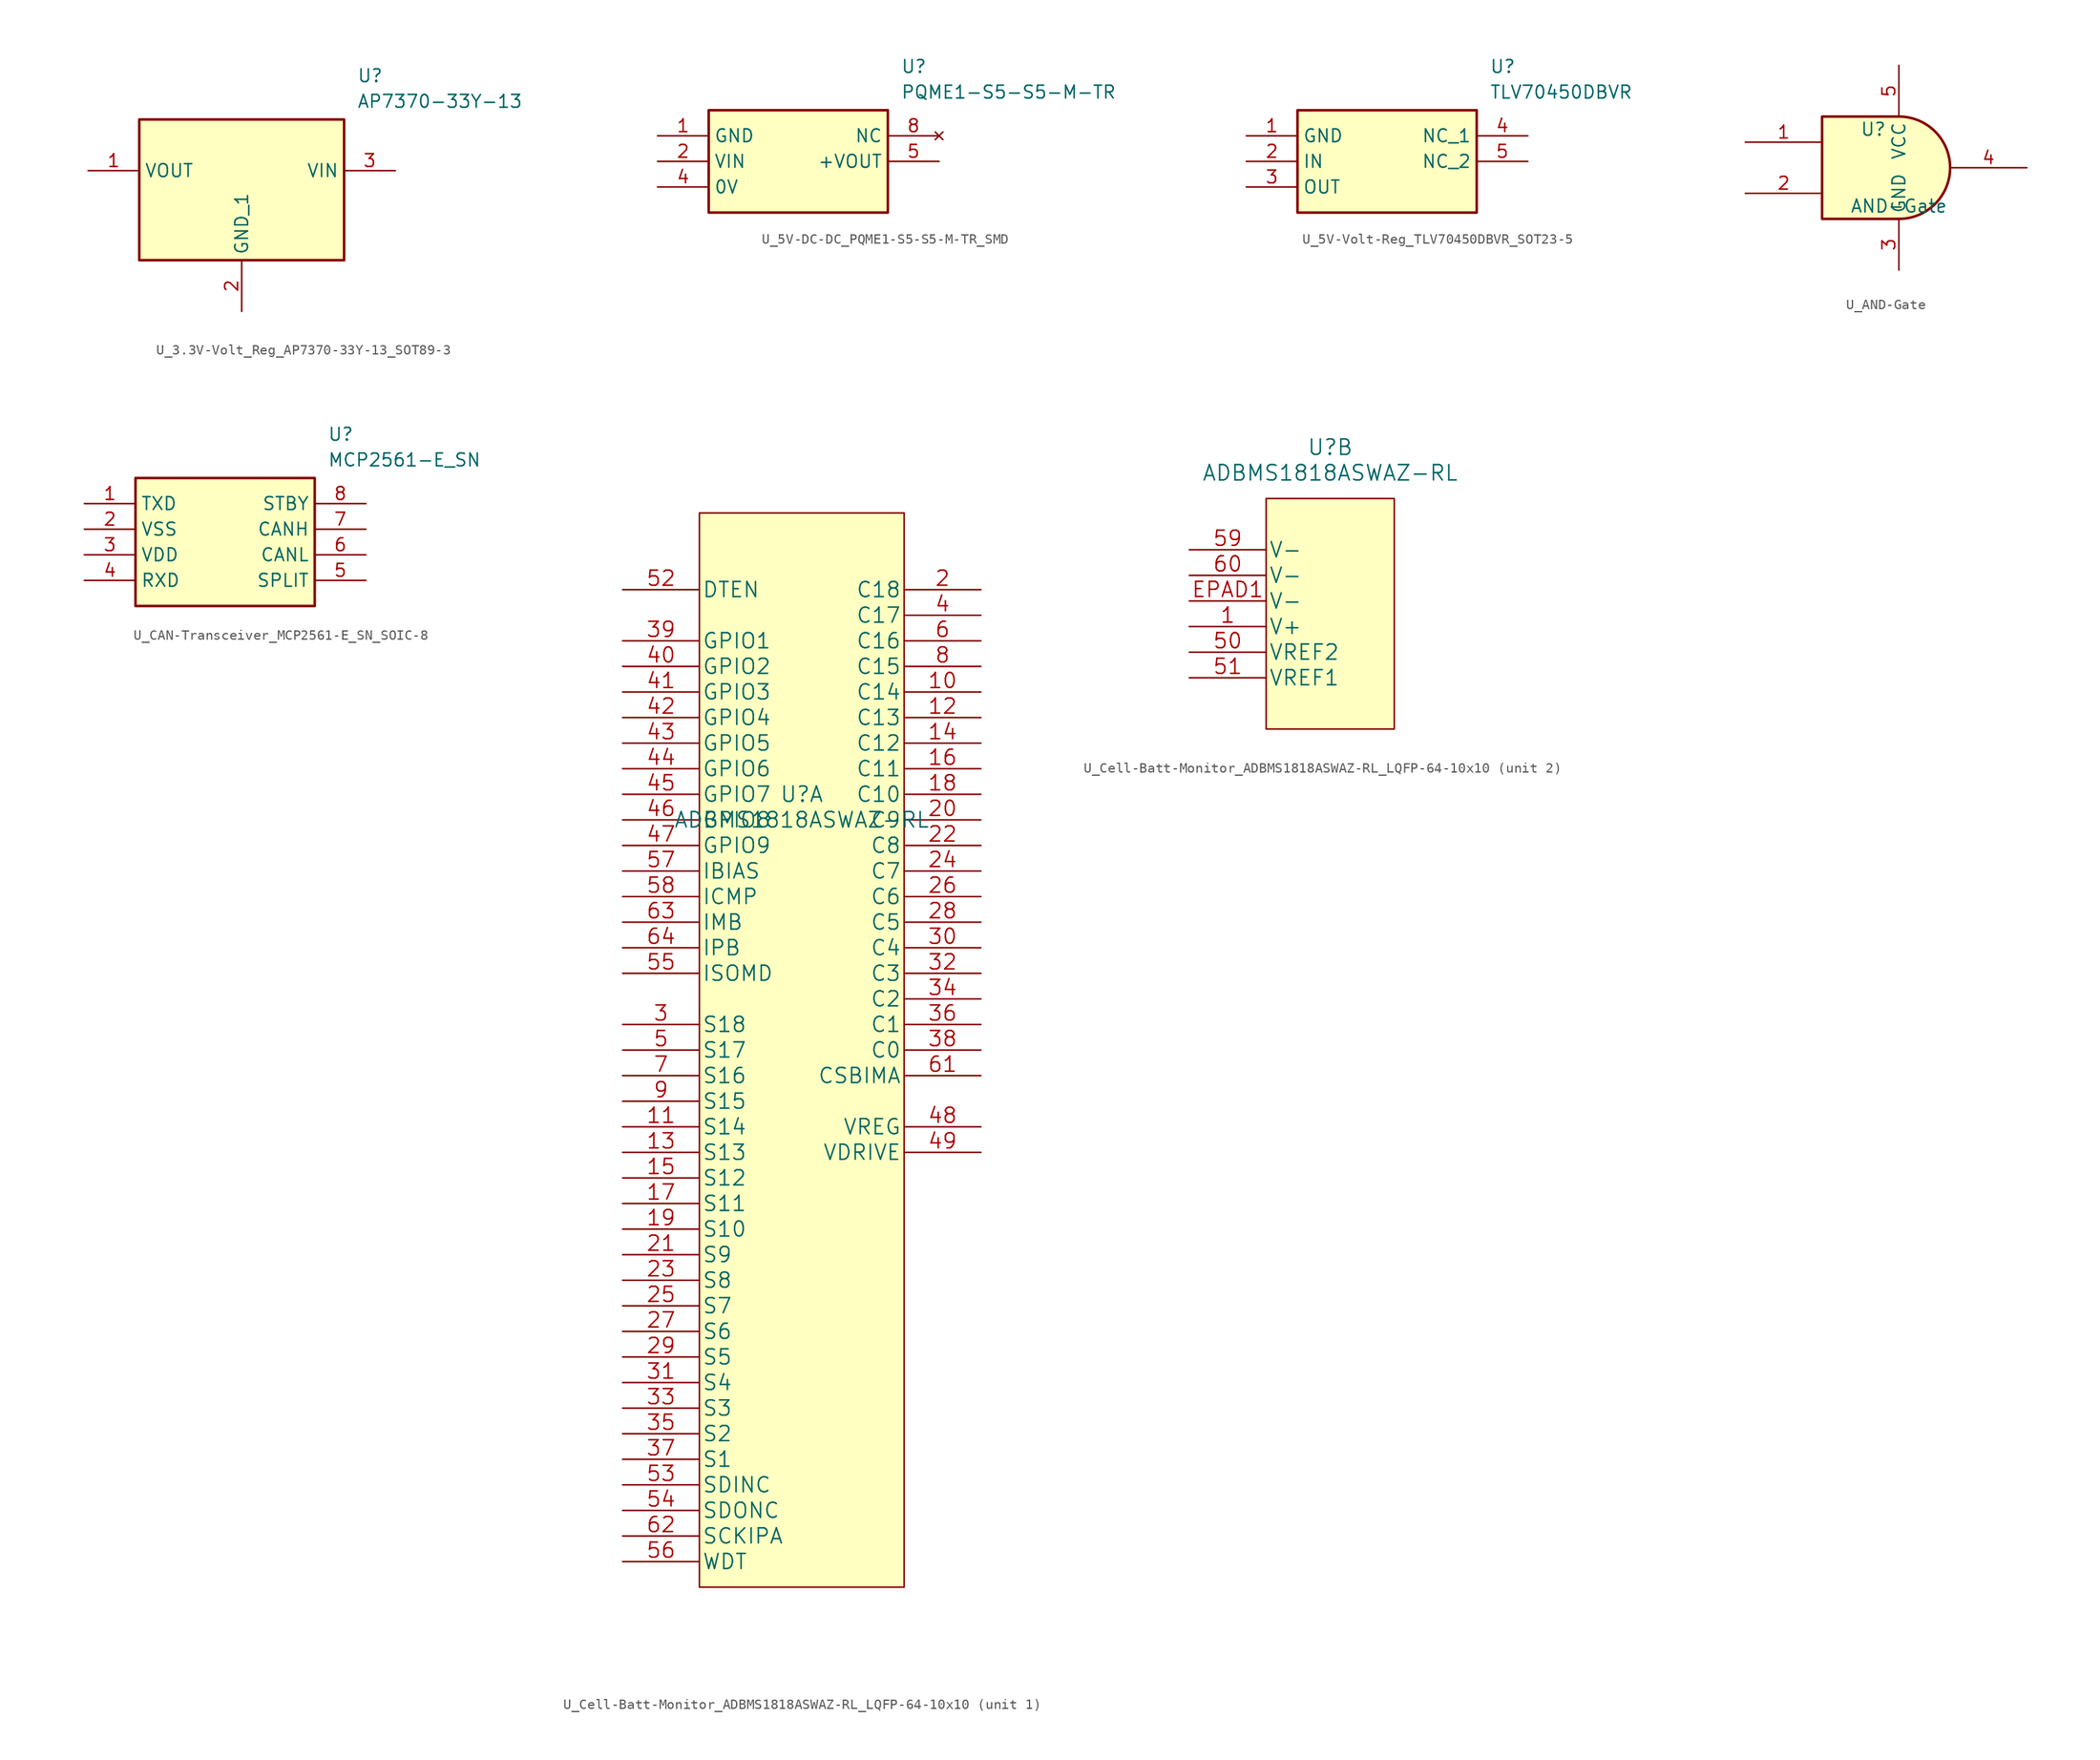
<source format=kicad_sym>
(kicad_symbol_lib
  (version 20241209)
  (generator symbol2library)
  (symbol "U_3.3V-Volt_Reg_AP7370-33Y-13_SOT89-3"
    (property "Reference" "U"
      (at 11.43 12.7 0)
      (effects (font (size 1.27 1.27)) (justify left top)))
    (property "Value" "AP7370-33Y-13"
      (at 11.43 10.16 0)
      (effects (font (size 1.27 1.27)) (justify left top)))
    (symbol "U_3.3V-Volt_Reg_AP7370-33Y-13_SOT89-3_1_1"
      (rectangle (start -10.16 7.62) (end 10.16 -6.35) (stroke (width 0.254) (type default)) (fill (type background)))
      (pin passive line (at -15.24 2.54 0) (length 5.08) (name "VOUT" (effects (font (size 1.27 1.27)))) (number "1" (effects (font (size 1.27 1.27)))))
      (pin passive line (at 0 -11.43 90) (length 5.08) (name "GND_1" (effects (font (size 1.27 1.27)))) (number "2" (effects (font (size 1.27 1.27)))))
      (pin passive line (at 15.24 2.54 180) (length 5.08) (name "VIN" (effects (font (size 1.27 1.27)))) (number "3" (effects (font (size 1.27 1.27)))))))
  (symbol "U_5V-DC-DC_PQME1-S5-S5-M-TR_SMD"
    (property "Reference" "U"
      (at 10.16 10.16 0)
      (effects (font (size 1.27 1.27)) (justify left top)))
    (property "Value" "PQME1-S5-S5-M-TR"
      (at 10.16 7.62 0)
      (effects (font (size 1.27 1.27)) (justify left top)))
    (symbol "U_5V-DC-DC_PQME1-S5-S5-M-TR_SMD_1_1"
      (rectangle (start -8.89 5.08) (end 8.89 -5.08) (stroke (width 0.254) (type default)) (fill (type background)))
      (pin passive line (at -13.97 2.54 0) (length 5.08) (name "GND" (effects (font (size 1.27 1.27)))) (number "1" (effects (font (size 1.27 1.27)))))
      (pin passive line (at -13.97 0 0) (length 5.08) (name "VIN" (effects (font (size 1.27 1.27)))) (number "2" (effects (font (size 1.27 1.27)))))
      (pin passive line (at -13.97 -2.54 0) (length 5.08) (name "0V" (effects (font (size 1.27 1.27)))) (number "4" (effects (font (size 1.27 1.27)))))
      (pin no_connect line (at 13.97 2.54 180) (length 5.08) (name "NC" (effects (font (size 1.27 1.27)))) (number "8" (effects (font (size 1.27 1.27)))))
      (pin passive line (at 13.97 0 180) (length 5.08) (name "+VOUT" (effects (font (size 1.27 1.27)))) (number "5" (effects (font (size 1.27 1.27)))))))
  (symbol "U_5V-Volt-Reg_TLV70450DBVR_SOT23-5"
    (property "Reference" "U"
      (at 10.16 10.16 0)
      (effects (font (size 1.27 1.27)) (justify left top)))
    (property "Value" "TLV70450DBVR"
      (at 10.16 7.62 0)
      (effects (font (size 1.27 1.27)) (justify left top)))
    (symbol "U_5V-Volt-Reg_TLV70450DBVR_SOT23-5_1_1"
      (rectangle (start -8.89 5.08) (end 8.89 -5.08) (stroke (width 0.254) (type default)) (fill (type background)))
      (pin power_in line (at -13.97 2.54 0) (length 5.08) (name "GND" (effects (font (size 1.27 1.27)))) (number "1" (effects (font (size 1.27 1.27)))))
      (pin power_in line (at -13.97 0 0) (length 5.08) (name "IN" (effects (font (size 1.27 1.27)))) (number "2" (effects (font (size 1.27 1.27)))))
      (pin output line (at -13.97 -2.54 0) (length 5.08) (name "OUT" (effects (font (size 1.27 1.27)))) (number "3" (effects (font (size 1.27 1.27)))))
      (pin passive line (at 13.97 2.54 180) (length 5.08) (name "NC_1" (effects (font (size 1.27 1.27)))) (number "4" (effects (font (size 1.27 1.27)))))
      (pin passive line (at 13.97 0 180) (length 5.08) (name "NC_2" (effects (font (size 1.27 1.27)))) (number "5" (effects (font (size 1.27 1.27)))))))
  (symbol "U_AND-Gate"
    (property "Reference" "U"
      (at -2.54 3.81 0)
      (effects (font (size 1.27 1.27))))
    (property "Value" "AND-Gate"
      (at 0 -3.81 0)
      (effects (font (size 1.27 1.27))))
    (symbol "U_AND-Gate_0_1"
      (arc (start 0 5.08) (mid 5.0579 0) (end 0 -5.08) (stroke (width 0.254) (type default)) (fill (type background)))
      (polyline (pts (xy 0 -5.08) (xy -7.62 -5.08) (xy -7.62 5.08) (xy 0 5.08)) (stroke (width 0.254) (type default)) (fill (type background))))
    (symbol "U_AND-Gate_1_1"
      (pin input line (at -15.24 2.54 0) (length 7.62) (name "~" (effects (font (size 1.27 1.27)))) (number "1" (effects (font (size 1.27 1.27)))))
      (pin input line (at -15.24 -2.54 0) (length 7.62) (name "~" (effects (font (size 1.27 1.27)))) (number "2" (effects (font (size 1.27 1.27)))))
      (pin power_in line (at 0 10.16 270) (length 5.08) (name "VCC" (effects (font (size 1.27 1.27)))) (number "5" (effects (font (size 1.27 1.27)))))
      (pin power_in line (at 0 -10.16 90) (length 5.08) (name "GND" (effects (font (size 1.27 1.27)))) (number "3" (effects (font (size 1.27 1.27)))))
      (pin output line (at 12.7 0 180) (length 7.62) (name "~" (effects (font (size 1.27 1.27)))) (number "4" (effects (font (size 1.27 1.27)))))))
  (symbol "U_CAN-Transceiver_MCP2561-E_SN_SOIC-8"
    (property "Reference" "U"
      (at 10.16 11.43 0)
      (effects (font (size 1.27 1.27)) (justify left top)))
    (property "Value" "MCP2561-E_SN"
      (at 10.16 8.89 0)
      (effects (font (size 1.27 1.27)) (justify left top)))
    (symbol "U_CAN-Transceiver_MCP2561-E_SN_SOIC-8_1_1"
      (rectangle (start -8.89 6.35) (end 8.89 -6.35) (stroke (width 0.254) (type default)) (fill (type background)))
      (pin passive line (at -13.97 3.81 0) (length 5.08) (name "TXD" (effects (font (size 1.27 1.27)))) (number "1" (effects (font (size 1.27 1.27)))))
      (pin passive line (at -13.97 1.27 0) (length 5.08) (name "VSS" (effects (font (size 1.27 1.27)))) (number "2" (effects (font (size 1.27 1.27)))))
      (pin passive line (at -13.97 -1.27 0) (length 5.08) (name "VDD" (effects (font (size 1.27 1.27)))) (number "3" (effects (font (size 1.27 1.27)))))
      (pin passive line (at -13.97 -3.81 0) (length 5.08) (name "RXD" (effects (font (size 1.27 1.27)))) (number "4" (effects (font (size 1.27 1.27)))))
      (pin passive line (at 13.97 3.81 180) (length 5.08) (name "STBY" (effects (font (size 1.27 1.27)))) (number "8" (effects (font (size 1.27 1.27)))))
      (pin passive line (at 13.97 1.27 180) (length 5.08) (name "CANH" (effects (font (size 1.27 1.27)))) (number "7" (effects (font (size 1.27 1.27)))))
      (pin passive line (at 13.97 -1.27 180) (length 5.08) (name "CANL" (effects (font (size 1.27 1.27)))) (number "6" (effects (font (size 1.27 1.27)))))
      (pin passive line (at 13.97 -3.81 180) (length 5.08) (name "SPLIT" (effects (font (size 1.27 1.27)))) (number "5" (effects (font (size 1.27 1.27)))))))
  (symbol "U_Cell-Batt-Monitor_ADBMS1818ASWAZ-RL_LQFP-64-10x10"
    (pin_names
      (offset 0.254))
    (property "Reference" "U"
      (at 0 15.24 0)
      (effects (font (size 1.524 1.524))))
    (property "Value" "ADBMS1818ASWAZ-RL"
      (at 0 12.7 0)
      (effects (font (size 1.524 1.524))))
    (property "ki_locked" ""
      (at 0 0 0)
      (effects (font (size 1.27 1.27))))
    (symbol "U_Cell-Batt-Monitor_ADBMS1818ASWAZ-RL_LQFP-64-10x10_1_1"
      (rectangle (start -10.16 43.18) (end 10.16 -63.5) (stroke (width 0) (type default)) (fill (type background)))
      (pin unspecified line (at -17.78 35.56 0) (length 7.62) (name "DTEN" (effects (font (size 1.499 1.499)))) (number "52" (effects (font (size 1.499 1.499)))))
      (pin unspecified line (at -17.78 30.48 0) (length 7.62) (name "GPIO1" (effects (font (size 1.499 1.499)))) (number "39" (effects (font (size 1.499 1.499)))))
      (pin unspecified line (at -17.78 27.94 0) (length 7.62) (name "GPIO2" (effects (font (size 1.499 1.499)))) (number "40" (effects (font (size 1.499 1.499)))))
      (pin unspecified line (at -17.78 25.4 0) (length 7.62) (name "GPIO3" (effects (font (size 1.499 1.499)))) (number "41" (effects (font (size 1.499 1.499)))))
      (pin unspecified line (at -17.78 22.86 0) (length 7.62) (name "GPIO4" (effects (font (size 1.499 1.499)))) (number "42" (effects (font (size 1.499 1.499)))))
      (pin unspecified line (at -17.78 20.32 0) (length 7.62) (name "GPIO5" (effects (font (size 1.499 1.499)))) (number "43" (effects (font (size 1.499 1.499)))))
      (pin unspecified line (at -17.78 17.78 0) (length 7.62) (name "GPIO6" (effects (font (size 1.499 1.499)))) (number "44" (effects (font (size 1.499 1.499)))))
      (pin unspecified line (at -17.78 15.24 0) (length 7.62) (name "GPIO7" (effects (font (size 1.499 1.499)))) (number "45" (effects (font (size 1.499 1.499)))))
      (pin unspecified line (at -17.78 12.7 0) (length 7.62) (name "GPIO8" (effects (font (size 1.499 1.499)))) (number "46" (effects (font (size 1.499 1.499)))))
      (pin unspecified line (at -17.78 10.16 0) (length 7.62) (name "GPIO9" (effects (font (size 1.499 1.499)))) (number "47" (effects (font (size 1.499 1.499)))))
      (pin unspecified line (at -17.78 7.62 0) (length 7.62) (name "IBIAS" (effects (font (size 1.499 1.499)))) (number "57" (effects (font (size 1.499 1.499)))))
      (pin unspecified line (at -17.78 5.08 0) (length 7.62) (name "ICMP" (effects (font (size 1.499 1.499)))) (number "58" (effects (font (size 1.499 1.499)))))
      (pin unspecified line (at -17.78 2.54 0) (length 7.62) (name "IMB" (effects (font (size 1.499 1.499)))) (number "63" (effects (font (size 1.499 1.499)))))
      (pin unspecified line (at -17.78 0 0) (length 7.62) (name "IPB" (effects (font (size 1.499 1.499)))) (number "64" (effects (font (size 1.499 1.499)))))
      (pin unspecified line (at -17.78 -2.54 0) (length 7.62) (name "ISOMD" (effects (font (size 1.499 1.499)))) (number "55" (effects (font (size 1.499 1.499)))))
      (pin unspecified line (at -17.78 -7.62 0) (length 7.62) (name "S18" (effects (font (size 1.499 1.499)))) (number "3" (effects (font (size 1.499 1.499)))))
      (pin unspecified line (at -17.78 -10.16 0) (length 7.62) (name "S17" (effects (font (size 1.499 1.499)))) (number "5" (effects (font (size 1.499 1.499)))))
      (pin unspecified line (at -17.78 -12.7 0) (length 7.62) (name "S16" (effects (font (size 1.499 1.499)))) (number "7" (effects (font (size 1.499 1.499)))))
      (pin unspecified line (at -17.78 -15.24 0) (length 7.62) (name "S15" (effects (font (size 1.499 1.499)))) (number "9" (effects (font (size 1.499 1.499)))))
      (pin unspecified line (at -17.78 -17.78 0) (length 7.62) (name "S14" (effects (font (size 1.499 1.499)))) (number "11" (effects (font (size 1.499 1.499)))))
      (pin unspecified line (at -17.78 -20.32 0) (length 7.62) (name "S13" (effects (font (size 1.499 1.499)))) (number "13" (effects (font (size 1.499 1.499)))))
      (pin unspecified line (at -17.78 -22.86 0) (length 7.62) (name "S12" (effects (font (size 1.499 1.499)))) (number "15" (effects (font (size 1.499 1.499)))))
      (pin unspecified line (at -17.78 -25.4 0) (length 7.62) (name "S11" (effects (font (size 1.499 1.499)))) (number "17" (effects (font (size 1.499 1.499)))))
      (pin unspecified line (at -17.78 -27.94 0) (length 7.62) (name "S10" (effects (font (size 1.499 1.499)))) (number "19" (effects (font (size 1.499 1.499)))))
      (pin unspecified line (at -17.78 -30.48 0) (length 7.62) (name "S9" (effects (font (size 1.499 1.499)))) (number "21" (effects (font (size 1.499 1.499)))))
      (pin unspecified line (at -17.78 -33.02 0) (length 7.62) (name "S8" (effects (font (size 1.499 1.499)))) (number "23" (effects (font (size 1.499 1.499)))))
      (pin unspecified line (at -17.78 -35.56 0) (length 7.62) (name "S7" (effects (font (size 1.499 1.499)))) (number "25" (effects (font (size 1.499 1.499)))))
      (pin unspecified line (at -17.78 -38.1 0) (length 7.62) (name "S6" (effects (font (size 1.499 1.499)))) (number "27" (effects (font (size 1.499 1.499)))))
      (pin unspecified line (at -17.78 -40.64 0) (length 7.62) (name "S5" (effects (font (size 1.499 1.499)))) (number "29" (effects (font (size 1.499 1.499)))))
      (pin unspecified line (at -17.78 -43.18 0) (length 7.62) (name "S4" (effects (font (size 1.499 1.499)))) (number "31" (effects (font (size 1.499 1.499)))))
      (pin unspecified line (at -17.78 -45.72 0) (length 7.62) (name "S3" (effects (font (size 1.499 1.499)))) (number "33" (effects (font (size 1.499 1.499)))))
      (pin unspecified line (at -17.78 -48.26 0) (length 7.62) (name "S2" (effects (font (size 1.499 1.499)))) (number "35" (effects (font (size 1.499 1.499)))))
      (pin unspecified line (at -17.78 -50.8 0) (length 7.62) (name "S1" (effects (font (size 1.499 1.499)))) (number "37" (effects (font (size 1.499 1.499)))))
      (pin unspecified line (at -17.78 -53.34 0) (length 7.62) (name "SDINC" (effects (font (size 1.499 1.499)))) (number "53" (effects (font (size 1.499 1.499)))))
      (pin unspecified line (at -17.78 -55.88 0) (length 7.62) (name "SDONC" (effects (font (size 1.499 1.499)))) (number "54" (effects (font (size 1.499 1.499)))))
      (pin unspecified line (at -17.78 -58.42 0) (length 7.62) (name "SCKIPA" (effects (font (size 1.499 1.499)))) (number "62" (effects (font (size 1.499 1.499)))))
      (pin unspecified line (at -17.78 -60.96 0) (length 7.62) (name "WDT" (effects (font (size 1.499 1.499)))) (number "56" (effects (font (size 1.499 1.499)))))
      (pin unspecified line (at 17.78 35.56 180) (length 7.62) (name "C18" (effects (font (size 1.499 1.499)))) (number "2" (effects (font (size 1.499 1.499)))))
      (pin unspecified line (at 17.78 33.02 180) (length 7.62) (name "C17" (effects (font (size 1.499 1.499)))) (number "4" (effects (font (size 1.499 1.499)))))
      (pin unspecified line (at 17.78 30.48 180) (length 7.62) (name "C16" (effects (font (size 1.499 1.499)))) (number "6" (effects (font (size 1.499 1.499)))))
      (pin unspecified line (at 17.78 27.94 180) (length 7.62) (name "C15" (effects (font (size 1.499 1.499)))) (number "8" (effects (font (size 1.499 1.499)))))
      (pin unspecified line (at 17.78 25.4 180) (length 7.62) (name "C14" (effects (font (size 1.499 1.499)))) (number "10" (effects (font (size 1.499 1.499)))))
      (pin unspecified line (at 17.78 22.86 180) (length 7.62) (name "C13" (effects (font (size 1.499 1.499)))) (number "12" (effects (font (size 1.499 1.499)))))
      (pin unspecified line (at 17.78 20.32 180) (length 7.62) (name "C12" (effects (font (size 1.499 1.499)))) (number "14" (effects (font (size 1.499 1.499)))))
      (pin unspecified line (at 17.78 17.78 180) (length 7.62) (name "C11" (effects (font (size 1.499 1.499)))) (number "16" (effects (font (size 1.499 1.499)))))
      (pin unspecified line (at 17.78 15.24 180) (length 7.62) (name "C10" (effects (font (size 1.499 1.499)))) (number "18" (effects (font (size 1.499 1.499)))))
      (pin unspecified line (at 17.78 12.7 180) (length 7.62) (name "C9" (effects (font (size 1.499 1.499)))) (number "20" (effects (font (size 1.499 1.499)))))
      (pin unspecified line (at 17.78 10.16 180) (length 7.62) (name "C8" (effects (font (size 1.499 1.499)))) (number "22" (effects (font (size 1.499 1.499)))))
      (pin unspecified line (at 17.78 7.62 180) (length 7.62) (name "C7" (effects (font (size 1.499 1.499)))) (number "24" (effects (font (size 1.499 1.499)))))
      (pin unspecified line (at 17.78 5.08 180) (length 7.62) (name "C6" (effects (font (size 1.499 1.499)))) (number "26" (effects (font (size 1.499 1.499)))))
      (pin unspecified line (at 17.78 2.54 180) (length 7.62) (name "C5" (effects (font (size 1.499 1.499)))) (number "28" (effects (font (size 1.499 1.499)))))
      (pin unspecified line (at 17.78 0 180) (length 7.62) (name "C4" (effects (font (size 1.499 1.499)))) (number "30" (effects (font (size 1.499 1.499)))))
      (pin unspecified line (at 17.78 -2.54 180) (length 7.62) (name "C3" (effects (font (size 1.499 1.499)))) (number "32" (effects (font (size 1.499 1.499)))))
      (pin unspecified line (at 17.78 -5.08 180) (length 7.62) (name "C2" (effects (font (size 1.499 1.499)))) (number "34" (effects (font (size 1.499 1.499)))))
      (pin unspecified line (at 17.78 -7.62 180) (length 7.62) (name "C1" (effects (font (size 1.499 1.499)))) (number "36" (effects (font (size 1.499 1.499)))))
      (pin unspecified line (at 17.78 -10.16 180) (length 7.62) (name "C0" (effects (font (size 1.499 1.499)))) (number "38" (effects (font (size 1.499 1.499)))))
      (pin unspecified line (at 17.78 -12.7 180) (length 7.62) (name "CSBIMA" (effects (font (size 1.499 1.499)))) (number "61" (effects (font (size 1.499 1.499)))))
      (pin unspecified line (at 17.78 -17.78 180) (length 7.62) (name "VREG" (effects (font (size 1.499 1.499)))) (number "48" (effects (font (size 1.499 1.499)))))
      (pin unspecified line (at 17.78 -20.32 180) (length 7.62) (name "VDRIVE" (effects (font (size 1.499 1.499)))) (number "49" (effects (font (size 1.499 1.499))))))
    (symbol "U_Cell-Batt-Monitor_ADBMS1818ASWAZ-RL_LQFP-64-10x10_2_1"
      (rectangle (start -6.35 10.16) (end 6.35 -12.7) (stroke (width 0) (type default)) (fill (type background)))
      (pin unspecified line (at -13.97 5.08 0) (length 7.62) (name "V-" (effects (font (size 1.499 1.499)))) (number "59" (effects (font (size 1.499 1.499)))))
      (pin unspecified line (at -13.97 2.54 0) (length 7.62) (name "V-" (effects (font (size 1.499 1.499)))) (number "60" (effects (font (size 1.499 1.499)))))
      (pin unspecified line (at -13.97 0 0) (length 7.62) (name "V-" (effects (font (size 1.499 1.499)))) (number "EPAD1" (effects (font (size 1.499 1.499)))))
      (pin unspecified line (at -13.97 -2.54 0) (length 7.62) (name "V+" (effects (font (size 1.499 1.499)))) (number "1" (effects (font (size 1.499 1.499)))))
      (pin unspecified line (at -13.97 -5.08 0) (length 7.62) (name "VREF2" (effects (font (size 1.499 1.499)))) (number "50" (effects (font (size 1.499 1.499)))))
      (pin unspecified line (at -13.97 -7.62 0) (length 7.62) (name "VREF1" (effects (font (size 1.499 1.499)))) (number "51" (effects (font (size 1.499 1.499))))))))
</source>
